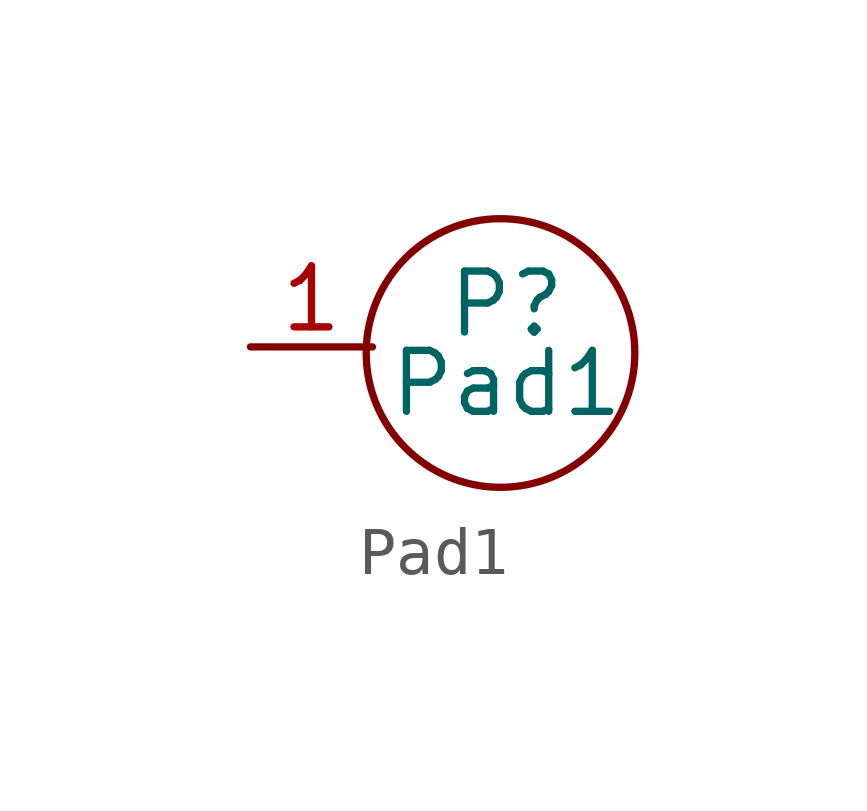
<source format=kicad_sym>
(kicad_symbol_lib
  (version 20211014)
  (generator kicad_symbol_editor)
  (symbol "Pad1"
    (property "Reference" "P"
      (at 0.254 0.889 0)
      (effects (font (size 1.27 1.27))))
    (property "Value" "Pad1"
      (at 0.254 -0.762 0)
      (effects (font (size 1.27 1.27))))
    (symbol "Pad1_0_1"
      (circle (center 0.127 -0.127) (radius 2.797) (stroke (width 0) (type default) (color 0 0 0 0)) (fill (type none))))
    (symbol "Pad1_1_1"
      (pin input line (at -5.08 0 0) (length 2.54) (name "" (effects (font (size 1.27 1.27)))) (number "1" (effects (font (size 1.27 1.27))))))))
</source>
